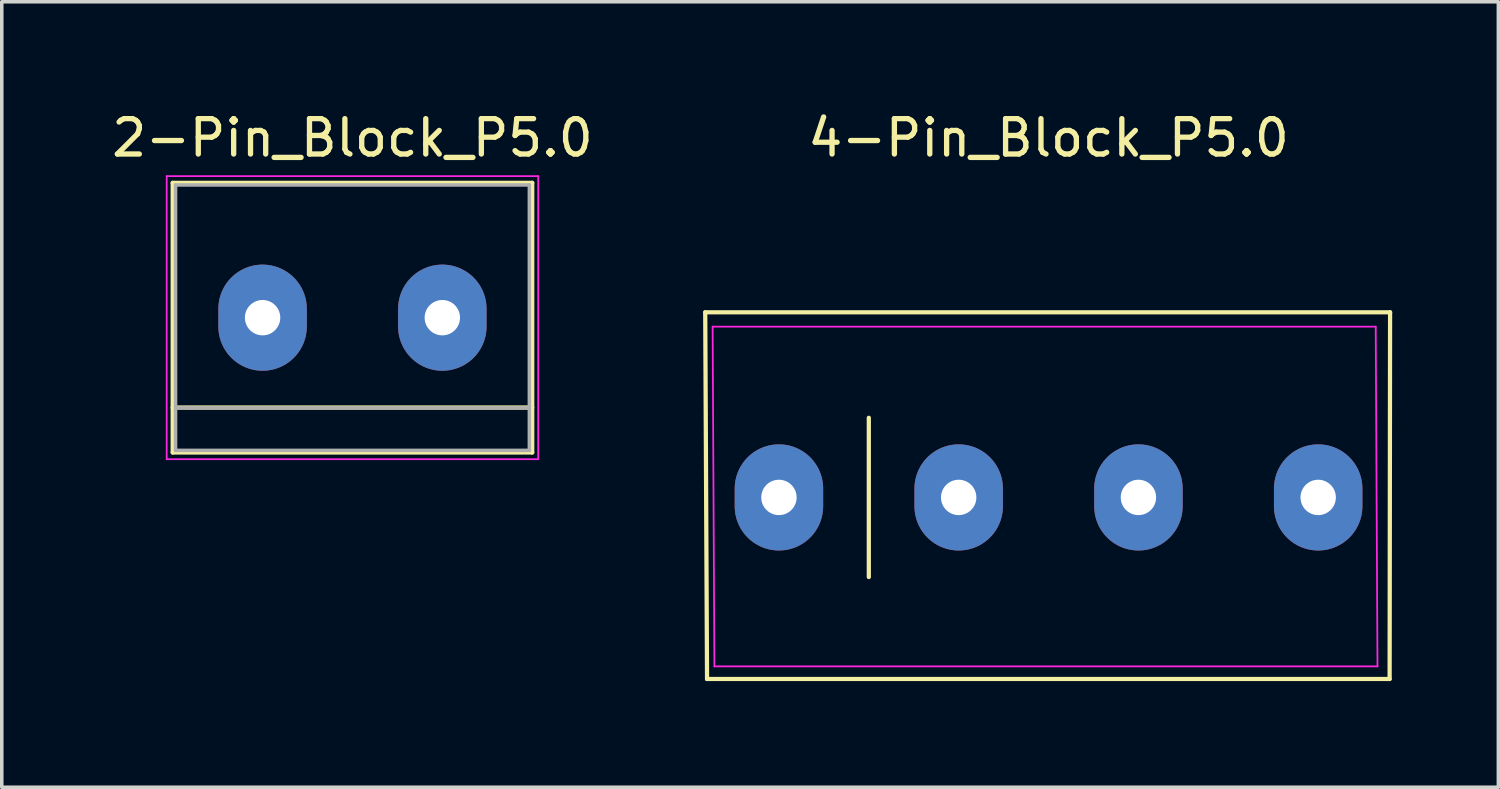
<source format=kicad_pcb>
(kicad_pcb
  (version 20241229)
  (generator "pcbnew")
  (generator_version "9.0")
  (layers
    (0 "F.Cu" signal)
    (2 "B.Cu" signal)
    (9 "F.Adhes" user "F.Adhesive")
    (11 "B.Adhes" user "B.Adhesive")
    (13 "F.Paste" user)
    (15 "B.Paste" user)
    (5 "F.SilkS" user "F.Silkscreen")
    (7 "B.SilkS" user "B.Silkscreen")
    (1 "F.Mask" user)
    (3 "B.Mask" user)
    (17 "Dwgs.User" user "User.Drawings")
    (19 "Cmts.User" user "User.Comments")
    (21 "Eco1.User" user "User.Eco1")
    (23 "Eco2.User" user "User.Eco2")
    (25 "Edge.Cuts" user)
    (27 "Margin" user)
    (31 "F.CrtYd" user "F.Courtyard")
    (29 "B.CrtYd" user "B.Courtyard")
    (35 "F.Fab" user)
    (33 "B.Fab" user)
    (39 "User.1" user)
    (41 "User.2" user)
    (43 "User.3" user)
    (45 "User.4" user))
  (footprint "4-Pin_Block_P5.0"
    (layer "F.Cu")
    (at 26.584 11.008)
    (property "Reference" "4-Pin_Block_P5.0" (at 0 -10.16 0) (layer "F.SilkS") (effects (font (size 1 1) (thickness 0.15))))
    (attr through_hole)
    (fp_line (start -9.703 -5.232) (end 9.652 -5.232) (stroke (width 0.12) (type solid)) (layer "F.SilkS"))
    (fp_line (start -9.652 5.131) (end -9.703 -5.232) (stroke (width 0.12) (type solid)) (layer "F.SilkS"))
    (fp_line (start -5.08 -2.25) (end -5.08 2.25) (stroke (width 0.12) (type solid)) (layer "F.SilkS"))
    (fp_line (start 9.639 5.131) (end -9.652 5.131) (stroke (width 0.12) (type solid)) (layer "F.SilkS"))
    (fp_line (start 9.652 -5.232) (end 9.639 5.131) (stroke (width 0.12) (type solid)) (layer "F.SilkS"))
    (fp_line (start -9.494 -4.826) (end 9.246 -4.826) (stroke (width 0.05) (type solid)) (layer "F.CrtYd"))
    (fp_line (start -9.444 4.775) (end -9.494 -4.826) (stroke (width 0.05) (type solid)) (layer "F.CrtYd"))
    (fp_line (start 9.246 -4.826) (end 9.296 4.775) (stroke (width 0.05) (type solid)) (layer "F.CrtYd"))
    (fp_line (start 9.296 4.775) (end -9.444 4.775) (stroke (width 0.05) (type solid)) (layer "F.CrtYd"))
    (pad "1" thru_hole oval (at -7.62 0) (size 2.5 3) (drill 1) (layers "*.Cu"))
    (pad "2" thru_hole oval (at -2.54 0) (size 2.5 3) (drill 1) (layers "*.Cu"))
    (pad "3" thru_hole oval (at 2.54 0) (size 2.5 3) (drill 1) (layers "*.Cu"))
    (pad "4" thru_hole oval (at 7.62 0) (size 2.5 3) (drill 1) (layers "*.Cu")))
  (footprint "2-Pin_Block_P5.0"
    (layer "F.Cu")
    (at 4.371 5.928)
    (property "Reference" "2-Pin_Block_P5.0" (at 2.54 -5.08 0) (layer "F.SilkS") (effects (font (size 1 1) (thickness 0.15))))
    (attr through_hole)
    (fp_line (start -2.54 -3.81) (end -2.54 3.81) (stroke (width 0.12) (type solid)) (layer "F.SilkS"))
    (fp_line (start -2.54 3.81) (end 7.62 3.81) (stroke (width 0.12) (type solid)) (layer "F.SilkS"))
    (fp_line (start 7.62 -3.81) (end -2.54 -3.81) (stroke (width 0.12) (type solid)) (layer "F.SilkS"))
    (fp_line (start 7.62 2.54) (end -2.54 2.54) (stroke (width 0.12) (type solid)) (layer "F.SilkS"))
    (fp_line (start 7.62 3.81) (end 7.62 -3.81) (stroke (width 0.12) (type solid)) (layer "F.SilkS"))
    (fp_line (start -2.71 -4) (end -2.71 4) (stroke (width 0.05) (type solid)) (layer "F.CrtYd"))
    (fp_line (start -2.71 -4) (end 7.79 -4) (stroke (width 0.05) (type solid)) (layer "F.CrtYd"))
    (fp_line (start 7.79 4) (end -2.71 4) (stroke (width 0.05) (type solid)) (layer "F.CrtYd"))
    (fp_line (start 7.79 4) (end 7.79 -4) (stroke (width 0.05) (type solid)) (layer "F.CrtYd"))
    (fp_line (start -2.46 -3.75) (end -2.46 3.75) (stroke (width 0.1) (type solid)) (layer "F.Fab"))
    (fp_line (start -2.46 3.75) (end 7.54 3.75) (stroke (width 0.1) (type solid)) (layer "F.Fab"))
    (fp_line (start -2.41 2.55) (end 7.49 2.55) (stroke (width 0.1) (type solid)) (layer "F.Fab"))
    (fp_line (start 7.54 -3.75) (end -2.46 -3.75) (stroke (width 0.1) (type solid)) (layer "F.Fab"))
    (fp_line (start 7.54 3.75) (end 7.54 -3.75) (stroke (width 0.1) (type solid)) (layer "F.Fab"))
    (pad "1" thru_hole oval (at 0 0) (size 2.5 3) (drill 1) (layers "*.Cu"))
    (pad "2" thru_hole oval (at 5.08 0) (size 2.5 3) (drill 1) (layers "*.Cu")))
  (gr_rect
    (start -3 -3)
    (end 39.296 19.199)
    (stroke (width 0.1) (type default))
    (fill no)
    (layer "Edge.Cuts")))
</source>
